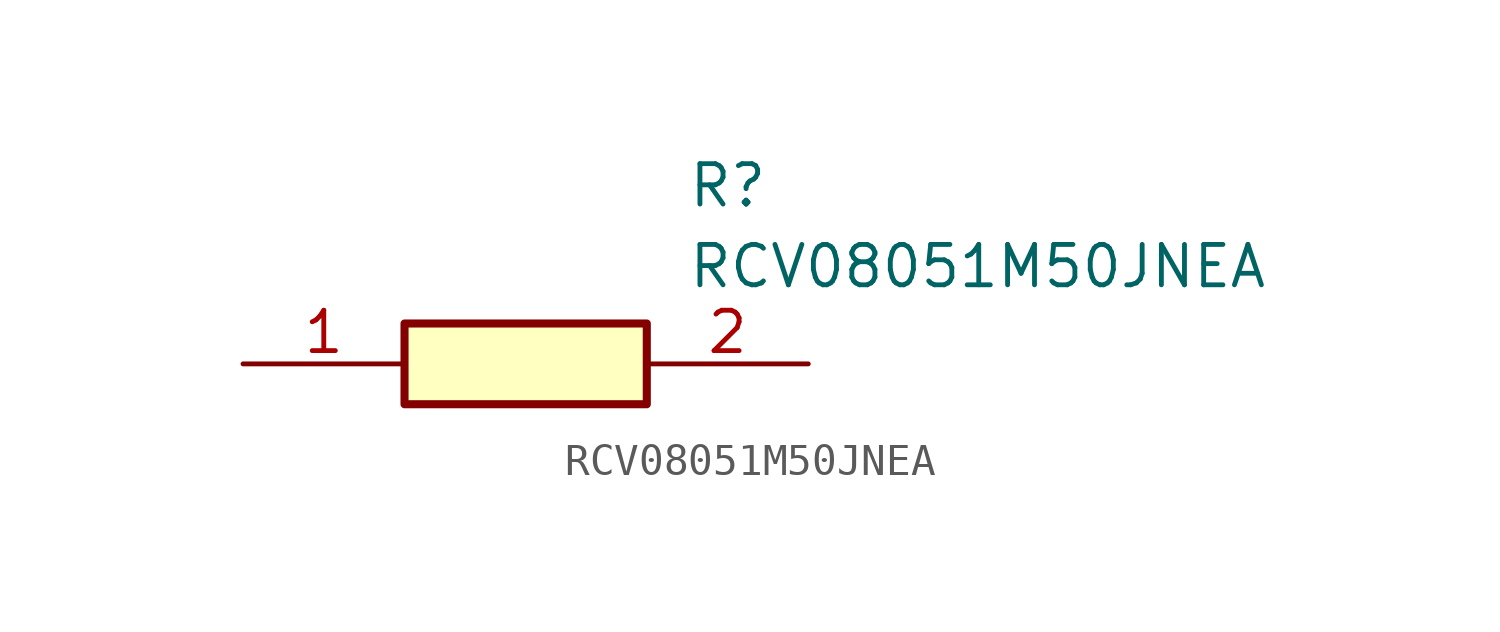
<source format=kicad_sym>
(kicad_symbol_lib
  (version 20211014)
  (generator SamacSys_ECAD_Model)
  (symbol "RCV08051M50JNEA"
    (pin_names hide)
    (property "Reference" "R"
      (at 13.97 6.35 0)
      (effects (font (size 1.27 1.27)) (justify left top)))
    (property "Value" "RCV08051M50JNEA"
      (at 13.97 3.81 0)
      (effects (font (size 1.27 1.27)) (justify left top)))
    (rectangle
      (start 5.08 1.27)
      (end 12.7 -1.27)
      (stroke (width 0.254) (type default))
      (fill (type background)))
    (pin passive line
      (at 0 0 0)
      (length 5.08)
      (name "1" (effects (font (size 1.27 1.27))))
      (number "1" (effects (font (size 1.27 1.27)))))
    (pin passive line
      (at 17.78 0 180)
      (length 5.08)
      (name "2" (effects (font (size 1.27 1.27))))
      (number "2" (effects (font (size 1.27 1.27)))))))
</source>
